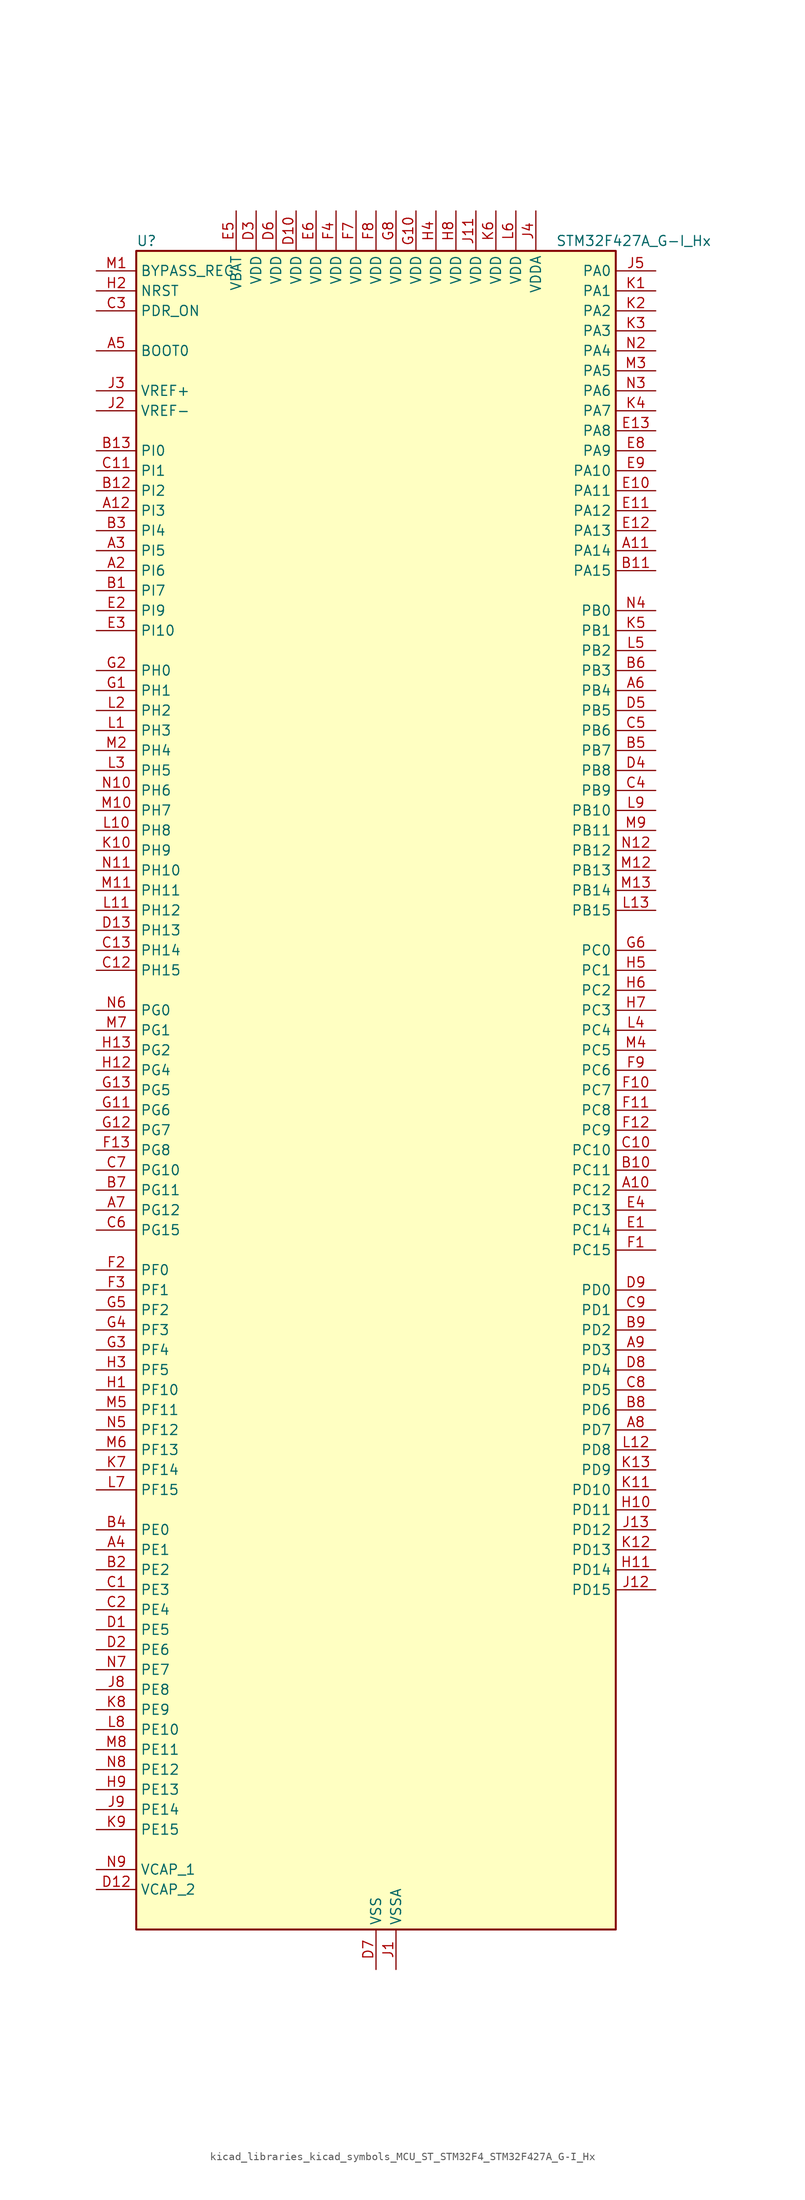
<source format=kicad_sym>
(kicad_symbol_lib
  (version 20220914)
  (generator kicad_symbol_editor)
  (symbol "kicad_libraries_kicad_symbols_MCU_ST_STM32F4_STM32F427A_G-I_Hx"
    (property "Reference" "U"
      (at -30.48 107.95 0)
      (effects (font (size 1.27 1.27)) (justify left)))
    (property "Value" "STM32F427A_G-I_Hx"
      (at 22.86 107.95 0)
      (effects (font (size 1.27 1.27)) (justify left)))
    (property "ki_locked" ""
      (at 0 0 0)
      (effects (font (size 1.27 1.27))))
    (symbol "kicad_libraries_kicad_symbols_MCU_ST_STM32F4_STM32F427A_G-I_Hx_0_1"
      (rectangle (start -30.48 -106.68) (end 30.48 106.68) (stroke (width 0.254) (type default)) (fill (type background))))
    (symbol "kicad_libraries_kicad_symbols_MCU_ST_STM32F4_STM32F427A_G-I_Hx_1_1"
      (pin no_connect line (at -30.48 -106.68 0) (length 5.08) hide (name "NC" (effects (font (size 1.27 1.27)))) (number "A1" (effects (font (size 1.27 1.27)))))
      (pin bidirectional line (at 35.56 -12.7 180) (length 5.08) (name "PC12" (effects (font (size 1.27 1.27)))) (number "A10" (effects (font (size 1.27 1.27)))) (alternate "DCMI_D9" bidirectional line) (alternate "I2S3_SD" bidirectional line) (alternate "SDIO_CK" bidirectional line) (alternate "SPI3_MOSI" bidirectional line) (alternate "UART5_TX" bidirectional line) (alternate "USART3_CK" bidirectional line))
      (pin bidirectional line (at 35.56 68.58 180) (length 5.08) (name "PA14" (effects (font (size 1.27 1.27)))) (number "A11" (effects (font (size 1.27 1.27)))) (alternate "SYS_JTCK-SWCLK" bidirectional line))
      (pin bidirectional line (at -35.56 73.66 0) (length 5.08) (name "PI3" (effects (font (size 1.27 1.27)))) (number "A12" (effects (font (size 1.27 1.27)))) (alternate "DCMI_D10" bidirectional line) (alternate "FMC_D27" bidirectional line) (alternate "I2S2_SD" bidirectional line) (alternate "SPI2_MOSI" bidirectional line) (alternate "TIM8_ETR" bidirectional line))
      (pin no_connect line (at -30.48 -104.14 0) (length 5.08) hide (name "NC" (effects (font (size 1.27 1.27)))) (number "A13" (effects (font (size 1.27 1.27)))))
      (pin bidirectional line (at -35.56 66.04 0) (length 5.08) (name "PI6" (effects (font (size 1.27 1.27)))) (number "A2" (effects (font (size 1.27 1.27)))) (alternate "DCMI_D6" bidirectional line) (alternate "FMC_D28" bidirectional line) (alternate "TIM8_CH2" bidirectional line))
      (pin bidirectional line (at -35.56 68.58 0) (length 5.08) (name "PI5" (effects (font (size 1.27 1.27)))) (number "A3" (effects (font (size 1.27 1.27)))) (alternate "DCMI_VSYNC" bidirectional line) (alternate "FMC_NBL3" bidirectional line) (alternate "TIM8_CH1" bidirectional line))
      (pin bidirectional line (at -35.56 -58.42 0) (length 5.08) (name "PE1" (effects (font (size 1.27 1.27)))) (number "A4" (effects (font (size 1.27 1.27)))) (alternate "DCMI_D3" bidirectional line) (alternate "FMC_NBL1" bidirectional line) (alternate "UART8_TX" bidirectional line))
      (pin input line (at -35.56 93.98 0) (length 5.08) (name "BOOT0" (effects (font (size 1.27 1.27)))) (number "A5" (effects (font (size 1.27 1.27)))))
      (pin bidirectional line (at 35.56 50.8 180) (length 5.08) (name "PB4" (effects (font (size 1.27 1.27)))) (number "A6" (effects (font (size 1.27 1.27)))) (alternate "I2S3_ext_SD" bidirectional line) (alternate "SPI1_MISO" bidirectional line) (alternate "SPI3_MISO" bidirectional line) (alternate "SYS_JTRST" bidirectional line) (alternate "TIM3_CH1" bidirectional line))
      (pin bidirectional line (at -35.56 -15.24 0) (length 5.08) (name "PG12" (effects (font (size 1.27 1.27)))) (number "A7" (effects (font (size 1.27 1.27)))) (alternate "FMC_NE4" bidirectional line) (alternate "USART6_RTS" bidirectional line))
      (pin bidirectional line (at 35.56 -43.18 180) (length 5.08) (name "PD7" (effects (font (size 1.27 1.27)))) (number "A8" (effects (font (size 1.27 1.27)))) (alternate "FMC_NCE2" bidirectional line) (alternate "FMC_NE1" bidirectional line) (alternate "USART2_CK" bidirectional line))
      (pin bidirectional line (at 35.56 -33.02 180) (length 5.08) (name "PD3" (effects (font (size 1.27 1.27)))) (number "A9" (effects (font (size 1.27 1.27)))) (alternate "DCMI_D5" bidirectional line) (alternate "FMC_CLK" bidirectional line) (alternate "I2S2_CK" bidirectional line) (alternate "SPI2_SCK" bidirectional line) (alternate "USART2_CTS" bidirectional line))
      (pin bidirectional line (at -35.56 63.5 0) (length 5.08) (name "PI7" (effects (font (size 1.27 1.27)))) (number "B1" (effects (font (size 1.27 1.27)))) (alternate "DCMI_D7" bidirectional line) (alternate "FMC_D29" bidirectional line) (alternate "TIM8_CH3" bidirectional line))
      (pin bidirectional line (at 35.56 -10.16 180) (length 5.08) (name "PC11" (effects (font (size 1.27 1.27)))) (number "B10" (effects (font (size 1.27 1.27)))) (alternate "ADC1_EXTI11" bidirectional line) (alternate "ADC2_EXTI11" bidirectional line) (alternate "ADC3_EXTI11" bidirectional line) (alternate "DCMI_D4" bidirectional line) (alternate "I2S3_ext_SD" bidirectional line) (alternate "SDIO_D3" bidirectional line) (alternate "SPI3_MISO" bidirectional line) (alternate "UART4_RX" bidirectional line) (alternate "USART3_RX" bidirectional line))
      (pin bidirectional line (at 35.56 66.04 180) (length 5.08) (name "PA15" (effects (font (size 1.27 1.27)))) (number "B11" (effects (font (size 1.27 1.27)))) (alternate "ADC1_EXTI15" bidirectional line) (alternate "ADC2_EXTI15" bidirectional line) (alternate "ADC3_EXTI15" bidirectional line) (alternate "I2S3_WS" bidirectional line) (alternate "SPI1_NSS" bidirectional line) (alternate "SPI3_NSS" bidirectional line) (alternate "SYS_JTDI" bidirectional line) (alternate "TIM2_CH1" bidirectional line) (alternate "TIM2_ETR" bidirectional line))
      (pin bidirectional line (at -35.56 76.2 0) (length 5.08) (name "PI2" (effects (font (size 1.27 1.27)))) (number "B12" (effects (font (size 1.27 1.27)))) (alternate "DCMI_D9" bidirectional line) (alternate "FMC_D26" bidirectional line) (alternate "I2S2_ext_SD" bidirectional line) (alternate "SPI2_MISO" bidirectional line) (alternate "TIM8_CH4" bidirectional line))
      (pin bidirectional line (at -35.56 81.28 0) (length 5.08) (name "PI0" (effects (font (size 1.27 1.27)))) (number "B13" (effects (font (size 1.27 1.27)))) (alternate "DCMI_D13" bidirectional line) (alternate "FMC_D24" bidirectional line) (alternate "I2S2_WS" bidirectional line) (alternate "SPI2_NSS" bidirectional line) (alternate "TIM5_CH4" bidirectional line))
      (pin bidirectional line (at -35.56 -60.96 0) (length 5.08) (name "PE2" (effects (font (size 1.27 1.27)))) (number "B2" (effects (font (size 1.27 1.27)))) (alternate "ETH_TXD3" bidirectional line) (alternate "FMC_A23" bidirectional line) (alternate "SAI1_MCLK_A" bidirectional line) (alternate "SPI4_SCK" bidirectional line) (alternate "SYS_TRACECLK" bidirectional line))
      (pin bidirectional line (at -35.56 71.12 0) (length 5.08) (name "PI4" (effects (font (size 1.27 1.27)))) (number "B3" (effects (font (size 1.27 1.27)))) (alternate "DCMI_D5" bidirectional line) (alternate "FMC_NBL2" bidirectional line) (alternate "TIM8_BKIN" bidirectional line))
      (pin bidirectional line (at -35.56 -55.88 0) (length 5.08) (name "PE0" (effects (font (size 1.27 1.27)))) (number "B4" (effects (font (size 1.27 1.27)))) (alternate "DCMI_D2" bidirectional line) (alternate "FMC_NBL0" bidirectional line) (alternate "TIM4_ETR" bidirectional line) (alternate "UART8_RX" bidirectional line))
      (pin bidirectional line (at 35.56 43.18 180) (length 5.08) (name "PB7" (effects (font (size 1.27 1.27)))) (number "B5" (effects (font (size 1.27 1.27)))) (alternate "DCMI_VSYNC" bidirectional line) (alternate "FMC_NL" bidirectional line) (alternate "I2C1_SDA" bidirectional line) (alternate "TIM4_CH2" bidirectional line) (alternate "USART1_RX" bidirectional line))
      (pin bidirectional line (at 35.56 53.34 180) (length 5.08) (name "PB3" (effects (font (size 1.27 1.27)))) (number "B6" (effects (font (size 1.27 1.27)))) (alternate "I2S3_CK" bidirectional line) (alternate "SPI1_SCK" bidirectional line) (alternate "SPI3_SCK" bidirectional line) (alternate "SYS_JTDO-SWO" bidirectional line) (alternate "TIM2_CH2" bidirectional line))
      (pin bidirectional line (at -35.56 -12.7 0) (length 5.08) (name "PG11" (effects (font (size 1.27 1.27)))) (number "B7" (effects (font (size 1.27 1.27)))) (alternate "ADC1_EXTI11" bidirectional line) (alternate "ADC2_EXTI11" bidirectional line) (alternate "ADC3_EXTI11" bidirectional line) (alternate "DCMI_D3" bidirectional line) (alternate "ETH_TX_EN" bidirectional line))
      (pin bidirectional line (at 35.56 -40.64 180) (length 5.08) (name "PD6" (effects (font (size 1.27 1.27)))) (number "B8" (effects (font (size 1.27 1.27)))) (alternate "DCMI_D10" bidirectional line) (alternate "FMC_NWAIT" bidirectional line) (alternate "I2S3_SD" bidirectional line) (alternate "SAI1_SD_A" bidirectional line) (alternate "SPI3_MOSI" bidirectional line) (alternate "USART2_RX" bidirectional line))
      (pin bidirectional line (at 35.56 -30.48 180) (length 5.08) (name "PD2" (effects (font (size 1.27 1.27)))) (number "B9" (effects (font (size 1.27 1.27)))) (alternate "DCMI_D11" bidirectional line) (alternate "SDIO_CMD" bidirectional line) (alternate "TIM3_ETR" bidirectional line) (alternate "UART5_RX" bidirectional line))
      (pin bidirectional line (at -35.56 -63.5 0) (length 5.08) (name "PE3" (effects (font (size 1.27 1.27)))) (number "C1" (effects (font (size 1.27 1.27)))) (alternate "FMC_A19" bidirectional line) (alternate "SAI1_SD_B" bidirectional line) (alternate "SYS_TRACED0" bidirectional line))
      (pin bidirectional line (at 35.56 -7.62 180) (length 5.08) (name "PC10" (effects (font (size 1.27 1.27)))) (number "C10" (effects (font (size 1.27 1.27)))) (alternate "DCMI_D8" bidirectional line) (alternate "I2S3_CK" bidirectional line) (alternate "SDIO_D2" bidirectional line) (alternate "SPI3_SCK" bidirectional line) (alternate "UART4_TX" bidirectional line) (alternate "USART3_TX" bidirectional line))
      (pin bidirectional line (at -35.56 78.74 0) (length 5.08) (name "PI1" (effects (font (size 1.27 1.27)))) (number "C11" (effects (font (size 1.27 1.27)))) (alternate "DCMI_D8" bidirectional line) (alternate "FMC_D25" bidirectional line) (alternate "I2S2_CK" bidirectional line) (alternate "SPI2_SCK" bidirectional line))
      (pin bidirectional line (at -35.56 15.24 0) (length 5.08) (name "PH15" (effects (font (size 1.27 1.27)))) (number "C12" (effects (font (size 1.27 1.27)))) (alternate "ADC1_EXTI15" bidirectional line) (alternate "ADC2_EXTI15" bidirectional line) (alternate "ADC3_EXTI15" bidirectional line) (alternate "DCMI_D11" bidirectional line) (alternate "FMC_D23" bidirectional line) (alternate "TIM8_CH3N" bidirectional line))
      (pin bidirectional line (at -35.56 17.78 0) (length 5.08) (name "PH14" (effects (font (size 1.27 1.27)))) (number "C13" (effects (font (size 1.27 1.27)))) (alternate "DCMI_D4" bidirectional line) (alternate "FMC_D22" bidirectional line) (alternate "TIM8_CH2N" bidirectional line))
      (pin bidirectional line (at -35.56 -66.04 0) (length 5.08) (name "PE4" (effects (font (size 1.27 1.27)))) (number "C2" (effects (font (size 1.27 1.27)))) (alternate "DCMI_D4" bidirectional line) (alternate "FMC_A20" bidirectional line) (alternate "SAI1_FS_A" bidirectional line) (alternate "SPI4_NSS" bidirectional line) (alternate "SYS_TRACED1" bidirectional line))
      (pin input line (at -35.56 99.06 0) (length 5.08) (name "PDR_ON" (effects (font (size 1.27 1.27)))) (number "C3" (effects (font (size 1.27 1.27)))))
      (pin bidirectional line (at 35.56 38.1 180) (length 5.08) (name "PB9" (effects (font (size 1.27 1.27)))) (number "C4" (effects (font (size 1.27 1.27)))) (alternate "CAN1_TX" bidirectional line) (alternate "DAC_EXTI9" bidirectional line) (alternate "DCMI_D7" bidirectional line) (alternate "I2C1_SDA" bidirectional line) (alternate "I2S2_WS" bidirectional line) (alternate "SDIO_D5" bidirectional line) (alternate "SPI2_NSS" bidirectional line) (alternate "TIM11_CH1" bidirectional line) (alternate "TIM4_CH4" bidirectional line))
      (pin bidirectional line (at 35.56 45.72 180) (length 5.08) (name "PB6" (effects (font (size 1.27 1.27)))) (number "C5" (effects (font (size 1.27 1.27)))) (alternate "CAN2_TX" bidirectional line) (alternate "DCMI_D5" bidirectional line) (alternate "FMC_SDNE1" bidirectional line) (alternate "I2C1_SCL" bidirectional line) (alternate "TIM4_CH1" bidirectional line) (alternate "USART1_TX" bidirectional line))
      (pin bidirectional line (at -35.56 -17.78 0) (length 5.08) (name "PG15" (effects (font (size 1.27 1.27)))) (number "C6" (effects (font (size 1.27 1.27)))) (alternate "ADC1_EXTI15" bidirectional line) (alternate "ADC2_EXTI15" bidirectional line) (alternate "ADC3_EXTI15" bidirectional line) (alternate "DCMI_D13" bidirectional line) (alternate "FMC_SDNCAS" bidirectional line) (alternate "USART6_CTS" bidirectional line))
      (pin bidirectional line (at -35.56 -10.16 0) (length 5.08) (name "PG10" (effects (font (size 1.27 1.27)))) (number "C7" (effects (font (size 1.27 1.27)))) (alternate "DCMI_D2" bidirectional line) (alternate "FMC_NE3" bidirectional line))
      (pin bidirectional line (at 35.56 -38.1 180) (length 5.08) (name "PD5" (effects (font (size 1.27 1.27)))) (number "C8" (effects (font (size 1.27 1.27)))) (alternate "FMC_NWE" bidirectional line) (alternate "USART2_TX" bidirectional line))
      (pin bidirectional line (at 35.56 -27.94 180) (length 5.08) (name "PD1" (effects (font (size 1.27 1.27)))) (number "C9" (effects (font (size 1.27 1.27)))) (alternate "CAN1_TX" bidirectional line) (alternate "FMC_D3" bidirectional line) (alternate "FMC_DA3" bidirectional line))
      (pin bidirectional line (at -35.56 -68.58 0) (length 5.08) (name "PE5" (effects (font (size 1.27 1.27)))) (number "D1" (effects (font (size 1.27 1.27)))) (alternate "DCMI_D6" bidirectional line) (alternate "FMC_A21" bidirectional line) (alternate "SAI1_SCK_A" bidirectional line) (alternate "SPI4_MISO" bidirectional line) (alternate "SYS_TRACED2" bidirectional line) (alternate "TIM9_CH1" bidirectional line))
      (pin power_in line (at -10.16 111.76 270) (length 5.08) (name "VDD" (effects (font (size 1.27 1.27)))) (number "D10" (effects (font (size 1.27 1.27)))))
      (pin passive line (at 0 -111.76 90) (length 5.08) hide (name "VSS" (effects (font (size 1.27 1.27)))) (number "D11" (effects (font (size 1.27 1.27)))))
      (pin power_out line (at -35.56 -101.6 0) (length 5.08) (name "VCAP_2" (effects (font (size 1.27 1.27)))) (number "D12" (effects (font (size 1.27 1.27)))))
      (pin bidirectional line (at -35.56 20.32 0) (length 5.08) (name "PH13" (effects (font (size 1.27 1.27)))) (number "D13" (effects (font (size 1.27 1.27)))) (alternate "CAN1_TX" bidirectional line) (alternate "FMC_D21" bidirectional line) (alternate "TIM8_CH1N" bidirectional line))
      (pin bidirectional line (at -35.56 -71.12 0) (length 5.08) (name "PE6" (effects (font (size 1.27 1.27)))) (number "D2" (effects (font (size 1.27 1.27)))) (alternate "DCMI_D7" bidirectional line) (alternate "FMC_A22" bidirectional line) (alternate "SAI1_SD_A" bidirectional line) (alternate "SPI4_MOSI" bidirectional line) (alternate "SYS_TRACED3" bidirectional line) (alternate "TIM9_CH2" bidirectional line))
      (pin power_in line (at -15.24 111.76 270) (length 5.08) (name "VDD" (effects (font (size 1.27 1.27)))) (number "D3" (effects (font (size 1.27 1.27)))))
      (pin bidirectional line (at 35.56 40.64 180) (length 5.08) (name "PB8" (effects (font (size 1.27 1.27)))) (number "D4" (effects (font (size 1.27 1.27)))) (alternate "CAN1_RX" bidirectional line) (alternate "DCMI_D6" bidirectional line) (alternate "ETH_TXD3" bidirectional line) (alternate "I2C1_SCL" bidirectional line) (alternate "SDIO_D4" bidirectional line) (alternate "TIM10_CH1" bidirectional line) (alternate "TIM4_CH3" bidirectional line))
      (pin bidirectional line (at 35.56 48.26 180) (length 5.08) (name "PB5" (effects (font (size 1.27 1.27)))) (number "D5" (effects (font (size 1.27 1.27)))) (alternate "CAN2_RX" bidirectional line) (alternate "DCMI_D10" bidirectional line) (alternate "ETH_PPS_OUT" bidirectional line) (alternate "FMC_SDCKE1" bidirectional line) (alternate "I2C1_SMBA" bidirectional line) (alternate "I2S3_SD" bidirectional line) (alternate "SPI1_MOSI" bidirectional line) (alternate "SPI3_MOSI" bidirectional line) (alternate "TIM3_CH2" bidirectional line) (alternate "USB_OTG_HS_ULPI_D7" bidirectional line))
      (pin power_in line (at -12.7 111.76 270) (length 5.08) (name "VDD" (effects (font (size 1.27 1.27)))) (number "D6" (effects (font (size 1.27 1.27)))))
      (pin power_in line (at 0 -111.76 90) (length 5.08) (name "VSS" (effects (font (size 1.27 1.27)))) (number "D7" (effects (font (size 1.27 1.27)))))
      (pin bidirectional line (at 35.56 -35.56 180) (length 5.08) (name "PD4" (effects (font (size 1.27 1.27)))) (number "D8" (effects (font (size 1.27 1.27)))) (alternate "FMC_NOE" bidirectional line) (alternate "USART2_RTS" bidirectional line))
      (pin bidirectional line (at 35.56 -25.4 180) (length 5.08) (name "PD0" (effects (font (size 1.27 1.27)))) (number "D9" (effects (font (size 1.27 1.27)))) (alternate "CAN1_RX" bidirectional line) (alternate "FMC_D2" bidirectional line) (alternate "FMC_DA2" bidirectional line))
      (pin bidirectional line (at 35.56 -17.78 180) (length 5.08) (name "PC14" (effects (font (size 1.27 1.27)))) (number "E1" (effects (font (size 1.27 1.27)))) (alternate "RCC_OSC32_IN" bidirectional line))
      (pin bidirectional line (at 35.56 76.2 180) (length 5.08) (name "PA11" (effects (font (size 1.27 1.27)))) (number "E10" (effects (font (size 1.27 1.27)))) (alternate "ADC1_EXTI11" bidirectional line) (alternate "ADC2_EXTI11" bidirectional line) (alternate "ADC3_EXTI11" bidirectional line) (alternate "CAN1_RX" bidirectional line) (alternate "TIM1_CH4" bidirectional line) (alternate "USART1_CTS" bidirectional line) (alternate "USB_OTG_FS_DM" bidirectional line))
      (pin bidirectional line (at 35.56 73.66 180) (length 5.08) (name "PA12" (effects (font (size 1.27 1.27)))) (number "E11" (effects (font (size 1.27 1.27)))) (alternate "CAN1_TX" bidirectional line) (alternate "TIM1_ETR" bidirectional line) (alternate "USART1_RTS" bidirectional line) (alternate "USB_OTG_FS_DP" bidirectional line))
      (pin bidirectional line (at 35.56 71.12 180) (length 5.08) (name "PA13" (effects (font (size 1.27 1.27)))) (number "E12" (effects (font (size 1.27 1.27)))) (alternate "SYS_JTMS-SWDIO" bidirectional line))
      (pin bidirectional line (at 35.56 83.82 180) (length 5.08) (name "PA8" (effects (font (size 1.27 1.27)))) (number "E13" (effects (font (size 1.27 1.27)))) (alternate "I2C3_SCL" bidirectional line) (alternate "RCC_MCO_1" bidirectional line) (alternate "TIM1_CH1" bidirectional line) (alternate "USART1_CK" bidirectional line) (alternate "USB_OTG_FS_SOF" bidirectional line))
      (pin bidirectional line (at -35.56 60.96 0) (length 5.08) (name "PI9" (effects (font (size 1.27 1.27)))) (number "E2" (effects (font (size 1.27 1.27)))) (alternate "CAN1_RX" bidirectional line) (alternate "DAC_EXTI9" bidirectional line) (alternate "FMC_D30" bidirectional line))
      (pin bidirectional line (at -35.56 58.42 0) (length 5.08) (name "PI10" (effects (font (size 1.27 1.27)))) (number "E3" (effects (font (size 1.27 1.27)))) (alternate "ETH_RX_ER" bidirectional line) (alternate "FMC_D31" bidirectional line))
      (pin bidirectional line (at 35.56 -15.24 180) (length 5.08) (name "PC13" (effects (font (size 1.27 1.27)))) (number "E4" (effects (font (size 1.27 1.27)))) (alternate "RTC_AF1" bidirectional line))
      (pin power_in line (at -17.78 111.76 270) (length 5.08) (name "VBAT" (effects (font (size 1.27 1.27)))) (number "E5" (effects (font (size 1.27 1.27)))))
      (pin power_in line (at -7.62 111.76 270) (length 5.08) (name "VDD" (effects (font (size 1.27 1.27)))) (number "E6" (effects (font (size 1.27 1.27)))))
      (pin passive line (at 0 -111.76 90) (length 5.08) hide (name "VSS" (effects (font (size 1.27 1.27)))) (number "E7" (effects (font (size 1.27 1.27)))))
      (pin bidirectional line (at 35.56 81.28 180) (length 5.08) (name "PA9" (effects (font (size 1.27 1.27)))) (number "E8" (effects (font (size 1.27 1.27)))) (alternate "DAC_EXTI9" bidirectional line) (alternate "DCMI_D0" bidirectional line) (alternate "I2C3_SMBA" bidirectional line) (alternate "TIM1_CH2" bidirectional line) (alternate "USART1_TX" bidirectional line) (alternate "USB_OTG_FS_VBUS" bidirectional line))
      (pin bidirectional line (at 35.56 78.74 180) (length 5.08) (name "PA10" (effects (font (size 1.27 1.27)))) (number "E9" (effects (font (size 1.27 1.27)))) (alternate "DCMI_D1" bidirectional line) (alternate "TIM1_CH3" bidirectional line) (alternate "USART1_RX" bidirectional line) (alternate "USB_OTG_FS_ID" bidirectional line))
      (pin bidirectional line (at 35.56 -20.32 180) (length 5.08) (name "PC15" (effects (font (size 1.27 1.27)))) (number "F1" (effects (font (size 1.27 1.27)))) (alternate "ADC1_EXTI15" bidirectional line) (alternate "ADC2_EXTI15" bidirectional line) (alternate "ADC3_EXTI15" bidirectional line) (alternate "RCC_OSC32_OUT" bidirectional line))
      (pin bidirectional line (at 35.56 0 180) (length 5.08) (name "PC7" (effects (font (size 1.27 1.27)))) (number "F10" (effects (font (size 1.27 1.27)))) (alternate "DCMI_D1" bidirectional line) (alternate "I2S3_MCK" bidirectional line) (alternate "SDIO_D7" bidirectional line) (alternate "TIM3_CH2" bidirectional line) (alternate "TIM8_CH2" bidirectional line) (alternate "USART6_RX" bidirectional line))
      (pin bidirectional line (at 35.56 -2.54 180) (length 5.08) (name "PC8" (effects (font (size 1.27 1.27)))) (number "F11" (effects (font (size 1.27 1.27)))) (alternate "DCMI_D2" bidirectional line) (alternate "SDIO_D0" bidirectional line) (alternate "TIM3_CH3" bidirectional line) (alternate "TIM8_CH3" bidirectional line) (alternate "USART6_CK" bidirectional line))
      (pin bidirectional line (at 35.56 -5.08 180) (length 5.08) (name "PC9" (effects (font (size 1.27 1.27)))) (number "F12" (effects (font (size 1.27 1.27)))) (alternate "DAC_EXTI9" bidirectional line) (alternate "DCMI_D3" bidirectional line) (alternate "I2C3_SDA" bidirectional line) (alternate "I2S_CKIN" bidirectional line) (alternate "RCC_MCO_2" bidirectional line) (alternate "SDIO_D1" bidirectional line) (alternate "TIM3_CH4" bidirectional line) (alternate "TIM8_CH4" bidirectional line))
      (pin bidirectional line (at -35.56 -7.62 0) (length 5.08) (name "PG8" (effects (font (size 1.27 1.27)))) (number "F13" (effects (font (size 1.27 1.27)))) (alternate "ETH_PPS_OUT" bidirectional line) (alternate "FMC_SDCLK" bidirectional line) (alternate "USART6_RTS" bidirectional line))
      (pin bidirectional line (at -35.56 -22.86 0) (length 5.08) (name "PF0" (effects (font (size 1.27 1.27)))) (number "F2" (effects (font (size 1.27 1.27)))) (alternate "FMC_A0" bidirectional line) (alternate "I2C2_SDA" bidirectional line))
      (pin bidirectional line (at -35.56 -25.4 0) (length 5.08) (name "PF1" (effects (font (size 1.27 1.27)))) (number "F3" (effects (font (size 1.27 1.27)))) (alternate "FMC_A1" bidirectional line) (alternate "I2C2_SCL" bidirectional line))
      (pin power_in line (at -5.08 111.76 270) (length 5.08) (name "VDD" (effects (font (size 1.27 1.27)))) (number "F4" (effects (font (size 1.27 1.27)))))
      (pin passive line (at 0 -111.76 90) (length 5.08) hide (name "VSS" (effects (font (size 1.27 1.27)))) (number "F5" (effects (font (size 1.27 1.27)))))
      (pin passive line (at 0 -111.76 90) (length 5.08) hide (name "VSS" (effects (font (size 1.27 1.27)))) (number "F6" (effects (font (size 1.27 1.27)))))
      (pin power_in line (at -2.54 111.76 270) (length 5.08) (name "VDD" (effects (font (size 1.27 1.27)))) (number "F7" (effects (font (size 1.27 1.27)))))
      (pin power_in line (at 0 111.76 270) (length 5.08) (name "VDD" (effects (font (size 1.27 1.27)))) (number "F8" (effects (font (size 1.27 1.27)))))
      (pin bidirectional line (at 35.56 2.54 180) (length 5.08) (name "PC6" (effects (font (size 1.27 1.27)))) (number "F9" (effects (font (size 1.27 1.27)))) (alternate "DCMI_D0" bidirectional line) (alternate "I2S2_MCK" bidirectional line) (alternate "SDIO_D6" bidirectional line) (alternate "TIM3_CH1" bidirectional line) (alternate "TIM8_CH1" bidirectional line) (alternate "USART6_TX" bidirectional line))
      (pin bidirectional line (at -35.56 50.8 0) (length 5.08) (name "PH1" (effects (font (size 1.27 1.27)))) (number "G1" (effects (font (size 1.27 1.27)))) (alternate "RCC_OSC_OUT" bidirectional line))
      (pin power_in line (at 5.08 111.76 270) (length 5.08) (name "VDD" (effects (font (size 1.27 1.27)))) (number "G10" (effects (font (size 1.27 1.27)))))
      (pin bidirectional line (at -35.56 -2.54 0) (length 5.08) (name "PG6" (effects (font (size 1.27 1.27)))) (number "G11" (effects (font (size 1.27 1.27)))) (alternate "DCMI_D12" bidirectional line) (alternate "FMC_INT2" bidirectional line))
      (pin bidirectional line (at -35.56 -5.08 0) (length 5.08) (name "PG7" (effects (font (size 1.27 1.27)))) (number "G12" (effects (font (size 1.27 1.27)))) (alternate "DCMI_D13" bidirectional line) (alternate "USART6_CK" bidirectional line))
      (pin bidirectional line (at -35.56 0 0) (length 5.08) (name "PG5" (effects (font (size 1.27 1.27)))) (number "G13" (effects (font (size 1.27 1.27)))) (alternate "FMC_A15" bidirectional line) (alternate "FMC_BA1" bidirectional line))
      (pin bidirectional line (at -35.56 53.34 0) (length 5.08) (name "PH0" (effects (font (size 1.27 1.27)))) (number "G2" (effects (font (size 1.27 1.27)))) (alternate "RCC_OSC_IN" bidirectional line))
      (pin bidirectional line (at -35.56 -33.02 0) (length 5.08) (name "PF4" (effects (font (size 1.27 1.27)))) (number "G3" (effects (font (size 1.27 1.27)))) (alternate "ADC3_IN14" bidirectional line) (alternate "FMC_A4" bidirectional line))
      (pin bidirectional line (at -35.56 -30.48 0) (length 5.08) (name "PF3" (effects (font (size 1.27 1.27)))) (number "G4" (effects (font (size 1.27 1.27)))) (alternate "ADC3_IN9" bidirectional line) (alternate "FMC_A3" bidirectional line))
      (pin bidirectional line (at -35.56 -27.94 0) (length 5.08) (name "PF2" (effects (font (size 1.27 1.27)))) (number "G5" (effects (font (size 1.27 1.27)))) (alternate "FMC_A2" bidirectional line) (alternate "I2C2_SMBA" bidirectional line))
      (pin bidirectional line (at 35.56 17.78 180) (length 5.08) (name "PC0" (effects (font (size 1.27 1.27)))) (number "G6" (effects (font (size 1.27 1.27)))) (alternate "ADC1_IN10" bidirectional line) (alternate "ADC2_IN10" bidirectional line) (alternate "ADC3_IN10" bidirectional line) (alternate "FMC_SDNWE" bidirectional line) (alternate "USB_OTG_HS_ULPI_STP" bidirectional line))
      (pin passive line (at 0 -111.76 90) (length 5.08) hide (name "VSS" (effects (font (size 1.27 1.27)))) (number "G7" (effects (font (size 1.27 1.27)))))
      (pin power_in line (at 2.54 111.76 270) (length 5.08) (name "VDD" (effects (font (size 1.27 1.27)))) (number "G8" (effects (font (size 1.27 1.27)))))
      (pin passive line (at 0 -111.76 90) (length 5.08) hide (name "VSS" (effects (font (size 1.27 1.27)))) (number "G9" (effects (font (size 1.27 1.27)))))
      (pin bidirectional line (at -35.56 -38.1 0) (length 5.08) (name "PF10" (effects (font (size 1.27 1.27)))) (number "H1" (effects (font (size 1.27 1.27)))) (alternate "ADC3_IN8" bidirectional line) (alternate "DCMI_D11" bidirectional line))
      (pin bidirectional line (at 35.56 -53.34 180) (length 5.08) (name "PD11" (effects (font (size 1.27 1.27)))) (number "H10" (effects (font (size 1.27 1.27)))) (alternate "ADC1_EXTI11" bidirectional line) (alternate "ADC2_EXTI11" bidirectional line) (alternate "ADC3_EXTI11" bidirectional line) (alternate "FMC_A16" bidirectional line) (alternate "FMC_CLE" bidirectional line) (alternate "USART3_CTS" bidirectional line))
      (pin bidirectional line (at 35.56 -60.96 180) (length 5.08) (name "PD14" (effects (font (size 1.27 1.27)))) (number "H11" (effects (font (size 1.27 1.27)))) (alternate "FMC_D0" bidirectional line) (alternate "FMC_DA0" bidirectional line) (alternate "TIM4_CH3" bidirectional line))
      (pin bidirectional line (at -35.56 2.54 0) (length 5.08) (name "PG4" (effects (font (size 1.27 1.27)))) (number "H12" (effects (font (size 1.27 1.27)))) (alternate "FMC_A14" bidirectional line) (alternate "FMC_BA0" bidirectional line))
      (pin bidirectional line (at -35.56 5.08 0) (length 5.08) (name "PG2" (effects (font (size 1.27 1.27)))) (number "H13" (effects (font (size 1.27 1.27)))) (alternate "FMC_A12" bidirectional line))
      (pin input line (at -35.56 101.6 0) (length 5.08) (name "NRST" (effects (font (size 1.27 1.27)))) (number "H2" (effects (font (size 1.27 1.27)))))
      (pin bidirectional line (at -35.56 -35.56 0) (length 5.08) (name "PF5" (effects (font (size 1.27 1.27)))) (number "H3" (effects (font (size 1.27 1.27)))) (alternate "ADC3_IN15" bidirectional line) (alternate "FMC_A5" bidirectional line))
      (pin power_in line (at 7.62 111.76 270) (length 5.08) (name "VDD" (effects (font (size 1.27 1.27)))) (number "H4" (effects (font (size 1.27 1.27)))))
      (pin bidirectional line (at 35.56 15.24 180) (length 5.08) (name "PC1" (effects (font (size 1.27 1.27)))) (number "H5" (effects (font (size 1.27 1.27)))) (alternate "ADC1_IN11" bidirectional line) (alternate "ADC2_IN11" bidirectional line) (alternate "ADC3_IN11" bidirectional line) (alternate "ETH_MDC" bidirectional line))
      (pin bidirectional line (at 35.56 12.7 180) (length 5.08) (name "PC2" (effects (font (size 1.27 1.27)))) (number "H6" (effects (font (size 1.27 1.27)))) (alternate "ADC1_IN12" bidirectional line) (alternate "ADC2_IN12" bidirectional line) (alternate "ADC3_IN12" bidirectional line) (alternate "ETH_TXD2" bidirectional line) (alternate "FMC_SDNE0" bidirectional line) (alternate "I2S2_ext_SD" bidirectional line) (alternate "SPI2_MISO" bidirectional line) (alternate "USB_OTG_HS_ULPI_DIR" bidirectional line))
      (pin bidirectional line (at 35.56 10.16 180) (length 5.08) (name "PC3" (effects (font (size 1.27 1.27)))) (number "H7" (effects (font (size 1.27 1.27)))) (alternate "ADC1_IN13" bidirectional line) (alternate "ADC2_IN13" bidirectional line) (alternate "ADC3_IN13" bidirectional line) (alternate "ETH_TX_CLK" bidirectional line) (alternate "FMC_SDCKE0" bidirectional line) (alternate "I2S2_SD" bidirectional line) (alternate "SPI2_MOSI" bidirectional line) (alternate "USB_OTG_HS_ULPI_NXT" bidirectional line))
      (pin power_in line (at 10.16 111.76 270) (length 5.08) (name "VDD" (effects (font (size 1.27 1.27)))) (number "H8" (effects (font (size 1.27 1.27)))))
      (pin bidirectional line (at -35.56 -88.9 0) (length 5.08) (name "PE13" (effects (font (size 1.27 1.27)))) (number "H9" (effects (font (size 1.27 1.27)))) (alternate "FMC_D10" bidirectional line) (alternate "FMC_DA10" bidirectional line) (alternate "SPI4_MISO" bidirectional line) (alternate "TIM1_CH3" bidirectional line))
      (pin power_in line (at 2.54 -111.76 90) (length 5.08) (name "VSSA" (effects (font (size 1.27 1.27)))) (number "J1" (effects (font (size 1.27 1.27)))))
      (pin passive line (at 0 -111.76 90) (length 5.08) hide (name "VSS" (effects (font (size 1.27 1.27)))) (number "J10" (effects (font (size 1.27 1.27)))))
      (pin power_in line (at 12.7 111.76 270) (length 5.08) (name "VDD" (effects (font (size 1.27 1.27)))) (number "J11" (effects (font (size 1.27 1.27)))))
      (pin bidirectional line (at 35.56 -63.5 180) (length 5.08) (name "PD15" (effects (font (size 1.27 1.27)))) (number "J12" (effects (font (size 1.27 1.27)))) (alternate "ADC1_EXTI15" bidirectional line) (alternate "ADC2_EXTI15" bidirectional line) (alternate "ADC3_EXTI15" bidirectional line) (alternate "FMC_D1" bidirectional line) (alternate "FMC_DA1" bidirectional line) (alternate "TIM4_CH4" bidirectional line))
      (pin bidirectional line (at 35.56 -55.88 180) (length 5.08) (name "PD12" (effects (font (size 1.27 1.27)))) (number "J13" (effects (font (size 1.27 1.27)))) (alternate "FMC_A17" bidirectional line) (alternate "FMC_ALE" bidirectional line) (alternate "TIM4_CH1" bidirectional line) (alternate "USART3_RTS" bidirectional line))
      (pin input line (at -35.56 86.36 0) (length 5.08) (name "VREF-" (effects (font (size 1.27 1.27)))) (number "J2" (effects (font (size 1.27 1.27)))))
      (pin input line (at -35.56 88.9 0) (length 5.08) (name "VREF+" (effects (font (size 1.27 1.27)))) (number "J3" (effects (font (size 1.27 1.27)))))
      (pin power_in line (at 20.32 111.76 270) (length 5.08) (name "VDDA" (effects (font (size 1.27 1.27)))) (number "J4" (effects (font (size 1.27 1.27)))))
      (pin bidirectional line (at 35.56 104.14 180) (length 5.08) (name "PA0" (effects (font (size 1.27 1.27)))) (number "J5" (effects (font (size 1.27 1.27)))) (alternate "ADC1_IN0" bidirectional line) (alternate "ADC2_IN0" bidirectional line) (alternate "ADC3_IN0" bidirectional line) (alternate "ETH_CRS" bidirectional line) (alternate "SYS_WKUP" bidirectional line) (alternate "TIM2_CH1" bidirectional line) (alternate "TIM2_ETR" bidirectional line) (alternate "TIM5_CH1" bidirectional line) (alternate "TIM8_ETR" bidirectional line) (alternate "UART4_TX" bidirectional line) (alternate "USART2_CTS" bidirectional line))
      (pin passive line (at 0 -111.76 90) (length 5.08) hide (name "VSS" (effects (font (size 1.27 1.27)))) (number "J6" (effects (font (size 1.27 1.27)))))
      (pin passive line (at 0 -111.76 90) (length 5.08) hide (name "VSS" (effects (font (size 1.27 1.27)))) (number "J7" (effects (font (size 1.27 1.27)))))
      (pin bidirectional line (at -35.56 -76.2 0) (length 5.08) (name "PE8" (effects (font (size 1.27 1.27)))) (number "J8" (effects (font (size 1.27 1.27)))) (alternate "FMC_D5" bidirectional line) (alternate "FMC_DA5" bidirectional line) (alternate "TIM1_CH1N" bidirectional line) (alternate "UART7_TX" bidirectional line))
      (pin bidirectional line (at -35.56 -91.44 0) (length 5.08) (name "PE14" (effects (font (size 1.27 1.27)))) (number "J9" (effects (font (size 1.27 1.27)))) (alternate "FMC_D11" bidirectional line) (alternate "FMC_DA11" bidirectional line) (alternate "SPI4_MOSI" bidirectional line) (alternate "TIM1_CH4" bidirectional line))
      (pin bidirectional line (at 35.56 101.6 180) (length 5.08) (name "PA1" (effects (font (size 1.27 1.27)))) (number "K1" (effects (font (size 1.27 1.27)))) (alternate "ADC1_IN1" bidirectional line) (alternate "ADC2_IN1" bidirectional line) (alternate "ADC3_IN1" bidirectional line) (alternate "ETH_REF_CLK" bidirectional line) (alternate "ETH_RX_CLK" bidirectional line) (alternate "TIM2_CH2" bidirectional line) (alternate "TIM5_CH2" bidirectional line) (alternate "UART4_RX" bidirectional line) (alternate "USART2_RTS" bidirectional line))
      (pin bidirectional line (at -35.56 30.48 0) (length 5.08) (name "PH9" (effects (font (size 1.27 1.27)))) (number "K10" (effects (font (size 1.27 1.27)))) (alternate "DAC_EXTI9" bidirectional line) (alternate "DCMI_D0" bidirectional line) (alternate "FMC_D17" bidirectional line) (alternate "I2C3_SMBA" bidirectional line) (alternate "TIM12_CH2" bidirectional line))
      (pin bidirectional line (at 35.56 -50.8 180) (length 5.08) (name "PD10" (effects (font (size 1.27 1.27)))) (number "K11" (effects (font (size 1.27 1.27)))) (alternate "FMC_D15" bidirectional line) (alternate "FMC_DA15" bidirectional line) (alternate "USART3_CK" bidirectional line))
      (pin bidirectional line (at 35.56 -58.42 180) (length 5.08) (name "PD13" (effects (font (size 1.27 1.27)))) (number "K12" (effects (font (size 1.27 1.27)))) (alternate "FMC_A18" bidirectional line) (alternate "TIM4_CH2" bidirectional line))
      (pin bidirectional line (at 35.56 -48.26 180) (length 5.08) (name "PD9" (effects (font (size 1.27 1.27)))) (number "K13" (effects (font (size 1.27 1.27)))) (alternate "DAC_EXTI9" bidirectional line) (alternate "FMC_D14" bidirectional line) (alternate "FMC_DA14" bidirectional line) (alternate "USART3_RX" bidirectional line))
      (pin bidirectional line (at 35.56 99.06 180) (length 5.08) (name "PA2" (effects (font (size 1.27 1.27)))) (number "K2" (effects (font (size 1.27 1.27)))) (alternate "ADC1_IN2" bidirectional line) (alternate "ADC2_IN2" bidirectional line) (alternate "ADC3_IN2" bidirectional line) (alternate "ETH_MDIO" bidirectional line) (alternate "TIM2_CH3" bidirectional line) (alternate "TIM5_CH3" bidirectional line) (alternate "TIM9_CH1" bidirectional line) (alternate "USART2_TX" bidirectional line))
      (pin bidirectional line (at 35.56 96.52 180) (length 5.08) (name "PA3" (effects (font (size 1.27 1.27)))) (number "K3" (effects (font (size 1.27 1.27)))) (alternate "ADC1_IN3" bidirectional line) (alternate "ADC2_IN3" bidirectional line) (alternate "ADC3_IN3" bidirectional line) (alternate "ETH_COL" bidirectional line) (alternate "TIM2_CH4" bidirectional line) (alternate "TIM5_CH4" bidirectional line) (alternate "TIM9_CH2" bidirectional line) (alternate "USART2_RX" bidirectional line) (alternate "USB_OTG_HS_ULPI_D0" bidirectional line))
      (pin bidirectional line (at 35.56 86.36 180) (length 5.08) (name "PA7" (effects (font (size 1.27 1.27)))) (number "K4" (effects (font (size 1.27 1.27)))) (alternate "ADC1_IN7" bidirectional line) (alternate "ADC2_IN7" bidirectional line) (alternate "ETH_CRS_DV" bidirectional line) (alternate "ETH_RX_DV" bidirectional line) (alternate "SPI1_MOSI" bidirectional line) (alternate "TIM14_CH1" bidirectional line) (alternate "TIM1_CH1N" bidirectional line) (alternate "TIM3_CH2" bidirectional line) (alternate "TIM8_CH1N" bidirectional line))
      (pin bidirectional line (at 35.56 58.42 180) (length 5.08) (name "PB1" (effects (font (size 1.27 1.27)))) (number "K5" (effects (font (size 1.27 1.27)))) (alternate "ADC1_IN9" bidirectional line) (alternate "ADC2_IN9" bidirectional line) (alternate "ETH_RXD3" bidirectional line) (alternate "TIM1_CH3N" bidirectional line) (alternate "TIM3_CH4" bidirectional line) (alternate "TIM8_CH3N" bidirectional line) (alternate "USB_OTG_HS_ULPI_D2" bidirectional line))
      (pin power_in line (at 15.24 111.76 270) (length 5.08) (name "VDD" (effects (font (size 1.27 1.27)))) (number "K6" (effects (font (size 1.27 1.27)))))
      (pin bidirectional line (at -35.56 -48.26 0) (length 5.08) (name "PF14" (effects (font (size 1.27 1.27)))) (number "K7" (effects (font (size 1.27 1.27)))) (alternate "FMC_A8" bidirectional line))
      (pin bidirectional line (at -35.56 -78.74 0) (length 5.08) (name "PE9" (effects (font (size 1.27 1.27)))) (number "K8" (effects (font (size 1.27 1.27)))) (alternate "DAC_EXTI9" bidirectional line) (alternate "FMC_D6" bidirectional line) (alternate "FMC_DA6" bidirectional line) (alternate "TIM1_CH1" bidirectional line))
      (pin bidirectional line (at -35.56 -93.98 0) (length 5.08) (name "PE15" (effects (font (size 1.27 1.27)))) (number "K9" (effects (font (size 1.27 1.27)))) (alternate "ADC1_EXTI15" bidirectional line) (alternate "ADC2_EXTI15" bidirectional line) (alternate "ADC3_EXTI15" bidirectional line) (alternate "FMC_D12" bidirectional line) (alternate "FMC_DA12" bidirectional line) (alternate "TIM1_BKIN" bidirectional line))
      (pin bidirectional line (at -35.56 45.72 0) (length 5.08) (name "PH3" (effects (font (size 1.27 1.27)))) (number "L1" (effects (font (size 1.27 1.27)))) (alternate "ETH_COL" bidirectional line) (alternate "FMC_SDNE0" bidirectional line))
      (pin bidirectional line (at -35.56 33.02 0) (length 5.08) (name "PH8" (effects (font (size 1.27 1.27)))) (number "L10" (effects (font (size 1.27 1.27)))) (alternate "DCMI_HSYNC" bidirectional line) (alternate "FMC_D16" bidirectional line) (alternate "I2C3_SDA" bidirectional line))
      (pin bidirectional line (at -35.56 22.86 0) (length 5.08) (name "PH12" (effects (font (size 1.27 1.27)))) (number "L11" (effects (font (size 1.27 1.27)))) (alternate "DCMI_D3" bidirectional line) (alternate "FMC_D20" bidirectional line) (alternate "TIM5_CH3" bidirectional line))
      (pin bidirectional line (at 35.56 -45.72 180) (length 5.08) (name "PD8" (effects (font (size 1.27 1.27)))) (number "L12" (effects (font (size 1.27 1.27)))) (alternate "FMC_D13" bidirectional line) (alternate "FMC_DA13" bidirectional line) (alternate "USART3_TX" bidirectional line))
      (pin bidirectional line (at 35.56 22.86 180) (length 5.08) (name "PB15" (effects (font (size 1.27 1.27)))) (number "L13" (effects (font (size 1.27 1.27)))) (alternate "ADC1_EXTI15" bidirectional line) (alternate "ADC2_EXTI15" bidirectional line) (alternate "ADC3_EXTI15" bidirectional line) (alternate "I2S2_SD" bidirectional line) (alternate "RTC_REFIN" bidirectional line) (alternate "SPI2_MOSI" bidirectional line) (alternate "TIM12_CH2" bidirectional line) (alternate "TIM1_CH3N" bidirectional line) (alternate "TIM8_CH3N" bidirectional line) (alternate "USB_OTG_HS_DP" bidirectional line))
      (pin bidirectional line (at -35.56 48.26 0) (length 5.08) (name "PH2" (effects (font (size 1.27 1.27)))) (number "L2" (effects (font (size 1.27 1.27)))) (alternate "ETH_CRS" bidirectional line) (alternate "FMC_SDCKE0" bidirectional line))
      (pin bidirectional line (at -35.56 40.64 0) (length 5.08) (name "PH5" (effects (font (size 1.27 1.27)))) (number "L3" (effects (font (size 1.27 1.27)))) (alternate "FMC_SDNWE" bidirectional line) (alternate "I2C2_SDA" bidirectional line) (alternate "SPI5_NSS" bidirectional line))
      (pin bidirectional line (at 35.56 7.62 180) (length 5.08) (name "PC4" (effects (font (size 1.27 1.27)))) (number "L4" (effects (font (size 1.27 1.27)))) (alternate "ADC1_IN14" bidirectional line) (alternate "ADC2_IN14" bidirectional line) (alternate "ETH_RXD0" bidirectional line))
      (pin bidirectional line (at 35.56 55.88 180) (length 5.08) (name "PB2" (effects (font (size 1.27 1.27)))) (number "L5" (effects (font (size 1.27 1.27)))))
      (pin power_in line (at 17.78 111.76 270) (length 5.08) (name "VDD" (effects (font (size 1.27 1.27)))) (number "L6" (effects (font (size 1.27 1.27)))))
      (pin bidirectional line (at -35.56 -50.8 0) (length 5.08) (name "PF15" (effects (font (size 1.27 1.27)))) (number "L7" (effects (font (size 1.27 1.27)))) (alternate "ADC1_EXTI15" bidirectional line) (alternate "ADC2_EXTI15" bidirectional line) (alternate "ADC3_EXTI15" bidirectional line) (alternate "FMC_A9" bidirectional line))
      (pin bidirectional line (at -35.56 -81.28 0) (length 5.08) (name "PE10" (effects (font (size 1.27 1.27)))) (number "L8" (effects (font (size 1.27 1.27)))) (alternate "FMC_D7" bidirectional line) (alternate "FMC_DA7" bidirectional line) (alternate "TIM1_CH2N" bidirectional line))
      (pin bidirectional line (at 35.56 35.56 180) (length 5.08) (name "PB10" (effects (font (size 1.27 1.27)))) (number "L9" (effects (font (size 1.27 1.27)))) (alternate "ETH_RX_ER" bidirectional line) (alternate "I2C2_SCL" bidirectional line) (alternate "I2S2_CK" bidirectional line) (alternate "SPI2_SCK" bidirectional line) (alternate "TIM2_CH3" bidirectional line) (alternate "USART3_TX" bidirectional line) (alternate "USB_OTG_HS_ULPI_D3" bidirectional line))
      (pin input line (at -35.56 104.14 0) (length 5.08) (name "BYPASS_REG" (effects (font (size 1.27 1.27)))) (number "M1" (effects (font (size 1.27 1.27)))))
      (pin bidirectional line (at -35.56 35.56 0) (length 5.08) (name "PH7" (effects (font (size 1.27 1.27)))) (number "M10" (effects (font (size 1.27 1.27)))) (alternate "DCMI_D9" bidirectional line) (alternate "ETH_RXD3" bidirectional line) (alternate "FMC_SDCKE1" bidirectional line) (alternate "I2C3_SCL" bidirectional line) (alternate "SPI5_MISO" bidirectional line))
      (pin bidirectional line (at -35.56 25.4 0) (length 5.08) (name "PH11" (effects (font (size 1.27 1.27)))) (number "M11" (effects (font (size 1.27 1.27)))) (alternate "ADC1_EXTI11" bidirectional line) (alternate "ADC2_EXTI11" bidirectional line) (alternate "ADC3_EXTI11" bidirectional line) (alternate "DCMI_D2" bidirectional line) (alternate "FMC_D19" bidirectional line) (alternate "TIM5_CH2" bidirectional line))
      (pin bidirectional line (at 35.56 27.94 180) (length 5.08) (name "PB13" (effects (font (size 1.27 1.27)))) (number "M12" (effects (font (size 1.27 1.27)))) (alternate "CAN2_TX" bidirectional line) (alternate "ETH_TXD1" bidirectional line) (alternate "I2S2_CK" bidirectional line) (alternate "SPI2_SCK" bidirectional line) (alternate "TIM1_CH1N" bidirectional line) (alternate "USART3_CTS" bidirectional line) (alternate "USB_OTG_HS_ULPI_D6" bidirectional line) (alternate "USB_OTG_HS_VBUS" bidirectional line))
      (pin bidirectional line (at 35.56 25.4 180) (length 5.08) (name "PB14" (effects (font (size 1.27 1.27)))) (number "M13" (effects (font (size 1.27 1.27)))) (alternate "I2S2_ext_SD" bidirectional line) (alternate "SPI2_MISO" bidirectional line) (alternate "TIM12_CH1" bidirectional line) (alternate "TIM1_CH2N" bidirectional line) (alternate "TIM8_CH2N" bidirectional line) (alternate "USART3_RTS" bidirectional line) (alternate "USB_OTG_HS_DM" bidirectional line))
      (pin bidirectional line (at -35.56 43.18 0) (length 5.08) (name "PH4" (effects (font (size 1.27 1.27)))) (number "M2" (effects (font (size 1.27 1.27)))) (alternate "I2C2_SCL" bidirectional line) (alternate "USB_OTG_HS_ULPI_NXT" bidirectional line))
      (pin bidirectional line (at 35.56 91.44 180) (length 5.08) (name "PA5" (effects (font (size 1.27 1.27)))) (number "M3" (effects (font (size 1.27 1.27)))) (alternate "ADC1_IN5" bidirectional line) (alternate "ADC2_IN5" bidirectional line) (alternate "DAC_OUT2" bidirectional line) (alternate "SPI1_SCK" bidirectional line) (alternate "TIM2_CH1" bidirectional line) (alternate "TIM2_ETR" bidirectional line) (alternate "TIM8_CH1N" bidirectional line) (alternate "USB_OTG_HS_ULPI_CK" bidirectional line))
      (pin bidirectional line (at 35.56 5.08 180) (length 5.08) (name "PC5" (effects (font (size 1.27 1.27)))) (number "M4" (effects (font (size 1.27 1.27)))) (alternate "ADC1_IN15" bidirectional line) (alternate "ADC2_IN15" bidirectional line) (alternate "ETH_RXD1" bidirectional line))
      (pin bidirectional line (at -35.56 -40.64 0) (length 5.08) (name "PF11" (effects (font (size 1.27 1.27)))) (number "M5" (effects (font (size 1.27 1.27)))) (alternate "ADC1_EXTI11" bidirectional line) (alternate "ADC2_EXTI11" bidirectional line) (alternate "ADC3_EXTI11" bidirectional line) (alternate "DCMI_D12" bidirectional line) (alternate "FMC_SDNRAS" bidirectional line) (alternate "SPI5_MOSI" bidirectional line))
      (pin bidirectional line (at -35.56 -45.72 0) (length 5.08) (name "PF13" (effects (font (size 1.27 1.27)))) (number "M6" (effects (font (size 1.27 1.27)))) (alternate "FMC_A7" bidirectional line))
      (pin bidirectional line (at -35.56 7.62 0) (length 5.08) (name "PG1" (effects (font (size 1.27 1.27)))) (number "M7" (effects (font (size 1.27 1.27)))) (alternate "FMC_A11" bidirectional line))
      (pin bidirectional line (at -35.56 -83.82 0) (length 5.08) (name "PE11" (effects (font (size 1.27 1.27)))) (number "M8" (effects (font (size 1.27 1.27)))) (alternate "ADC1_EXTI11" bidirectional line) (alternate "ADC2_EXTI11" bidirectional line) (alternate "ADC3_EXTI11" bidirectional line) (alternate "FMC_D8" bidirectional line) (alternate "FMC_DA8" bidirectional line) (alternate "SPI4_NSS" bidirectional line) (alternate "TIM1_CH2" bidirectional line))
      (pin bidirectional line (at 35.56 33.02 180) (length 5.08) (name "PB11" (effects (font (size 1.27 1.27)))) (number "M9" (effects (font (size 1.27 1.27)))) (alternate "ADC1_EXTI11" bidirectional line) (alternate "ADC2_EXTI11" bidirectional line) (alternate "ADC3_EXTI11" bidirectional line) (alternate "ETH_TX_EN" bidirectional line) (alternate "I2C2_SDA" bidirectional line) (alternate "TIM2_CH4" bidirectional line) (alternate "USART3_RX" bidirectional line) (alternate "USB_OTG_HS_ULPI_D4" bidirectional line))
      (pin no_connect line (at -30.48 -101.6 0) (length 5.08) hide (name "NC" (effects (font (size 1.27 1.27)))) (number "N1" (effects (font (size 1.27 1.27)))))
      (pin bidirectional line (at -35.56 38.1 0) (length 5.08) (name "PH6" (effects (font (size 1.27 1.27)))) (number "N10" (effects (font (size 1.27 1.27)))) (alternate "DCMI_D8" bidirectional line) (alternate "ETH_RXD2" bidirectional line) (alternate "FMC_SDNE1" bidirectional line) (alternate "I2C2_SMBA" bidirectional line) (alternate "SPI5_SCK" bidirectional line) (alternate "TIM12_CH1" bidirectional line))
      (pin bidirectional line (at -35.56 27.94 0) (length 5.08) (name "PH10" (effects (font (size 1.27 1.27)))) (number "N11" (effects (font (size 1.27 1.27)))) (alternate "DCMI_D1" bidirectional line) (alternate "FMC_D18" bidirectional line) (alternate "TIM5_CH1" bidirectional line))
      (pin bidirectional line (at 35.56 30.48 180) (length 5.08) (name "PB12" (effects (font (size 1.27 1.27)))) (number "N12" (effects (font (size 1.27 1.27)))) (alternate "CAN2_RX" bidirectional line) (alternate "ETH_TXD0" bidirectional line) (alternate "I2C2_SMBA" bidirectional line) (alternate "I2S2_WS" bidirectional line) (alternate "SPI2_NSS" bidirectional line) (alternate "TIM1_BKIN" bidirectional line) (alternate "USART3_CK" bidirectional line) (alternate "USB_OTG_HS_ID" bidirectional line) (alternate "USB_OTG_HS_ULPI_D5" bidirectional line))
      (pin no_connect line (at -30.48 -99.06 0) (length 5.08) hide (name "NC" (effects (font (size 1.27 1.27)))) (number "N13" (effects (font (size 1.27 1.27)))))
      (pin bidirectional line (at 35.56 93.98 180) (length 5.08) (name "PA4" (effects (font (size 1.27 1.27)))) (number "N2" (effects (font (size 1.27 1.27)))) (alternate "ADC1_IN4" bidirectional line) (alternate "ADC2_IN4" bidirectional line) (alternate "DAC_OUT1" bidirectional line) (alternate "DCMI_HSYNC" bidirectional line) (alternate "I2S3_WS" bidirectional line) (alternate "SPI1_NSS" bidirectional line) (alternate "SPI3_NSS" bidirectional line) (alternate "USART2_CK" bidirectional line) (alternate "USB_OTG_HS_SOF" bidirectional line))
      (pin bidirectional line (at 35.56 88.9 180) (length 5.08) (name "PA6" (effects (font (size 1.27 1.27)))) (number "N3" (effects (font (size 1.27 1.27)))) (alternate "ADC1_IN6" bidirectional line) (alternate "ADC2_IN6" bidirectional line) (alternate "DCMI_PIXCLK" bidirectional line) (alternate "SPI1_MISO" bidirectional line) (alternate "TIM13_CH1" bidirectional line) (alternate "TIM1_BKIN" bidirectional line) (alternate "TIM3_CH1" bidirectional line) (alternate "TIM8_BKIN" bidirectional line))
      (pin bidirectional line (at 35.56 60.96 180) (length 5.08) (name "PB0" (effects (font (size 1.27 1.27)))) (number "N4" (effects (font (size 1.27 1.27)))) (alternate "ADC1_IN8" bidirectional line) (alternate "ADC2_IN8" bidirectional line) (alternate "ETH_RXD2" bidirectional line) (alternate "TIM1_CH2N" bidirectional line) (alternate "TIM3_CH3" bidirectional line) (alternate "TIM8_CH2N" bidirectional line) (alternate "USB_OTG_HS_ULPI_D1" bidirectional line))
      (pin bidirectional line (at -35.56 -43.18 0) (length 5.08) (name "PF12" (effects (font (size 1.27 1.27)))) (number "N5" (effects (font (size 1.27 1.27)))) (alternate "FMC_A6" bidirectional line))
      (pin bidirectional line (at -35.56 10.16 0) (length 5.08) (name "PG0" (effects (font (size 1.27 1.27)))) (number "N6" (effects (font (size 1.27 1.27)))) (alternate "FMC_A10" bidirectional line))
      (pin bidirectional line (at -35.56 -73.66 0) (length 5.08) (name "PE7" (effects (font (size 1.27 1.27)))) (number "N7" (effects (font (size 1.27 1.27)))) (alternate "FMC_D4" bidirectional line) (alternate "FMC_DA4" bidirectional line) (alternate "TIM1_ETR" bidirectional line) (alternate "UART7_RX" bidirectional line))
      (pin bidirectional line (at -35.56 -86.36 0) (length 5.08) (name "PE12" (effects (font (size 1.27 1.27)))) (number "N8" (effects (font (size 1.27 1.27)))) (alternate "FMC_D9" bidirectional line) (alternate "FMC_DA9" bidirectional line) (alternate "SPI4_SCK" bidirectional line) (alternate "TIM1_CH3N" bidirectional line))
      (pin power_out line (at -35.56 -99.06 0) (length 5.08) (name "VCAP_1" (effects (font (size 1.27 1.27)))) (number "N9" (effects (font (size 1.27 1.27))))))))
</source>
